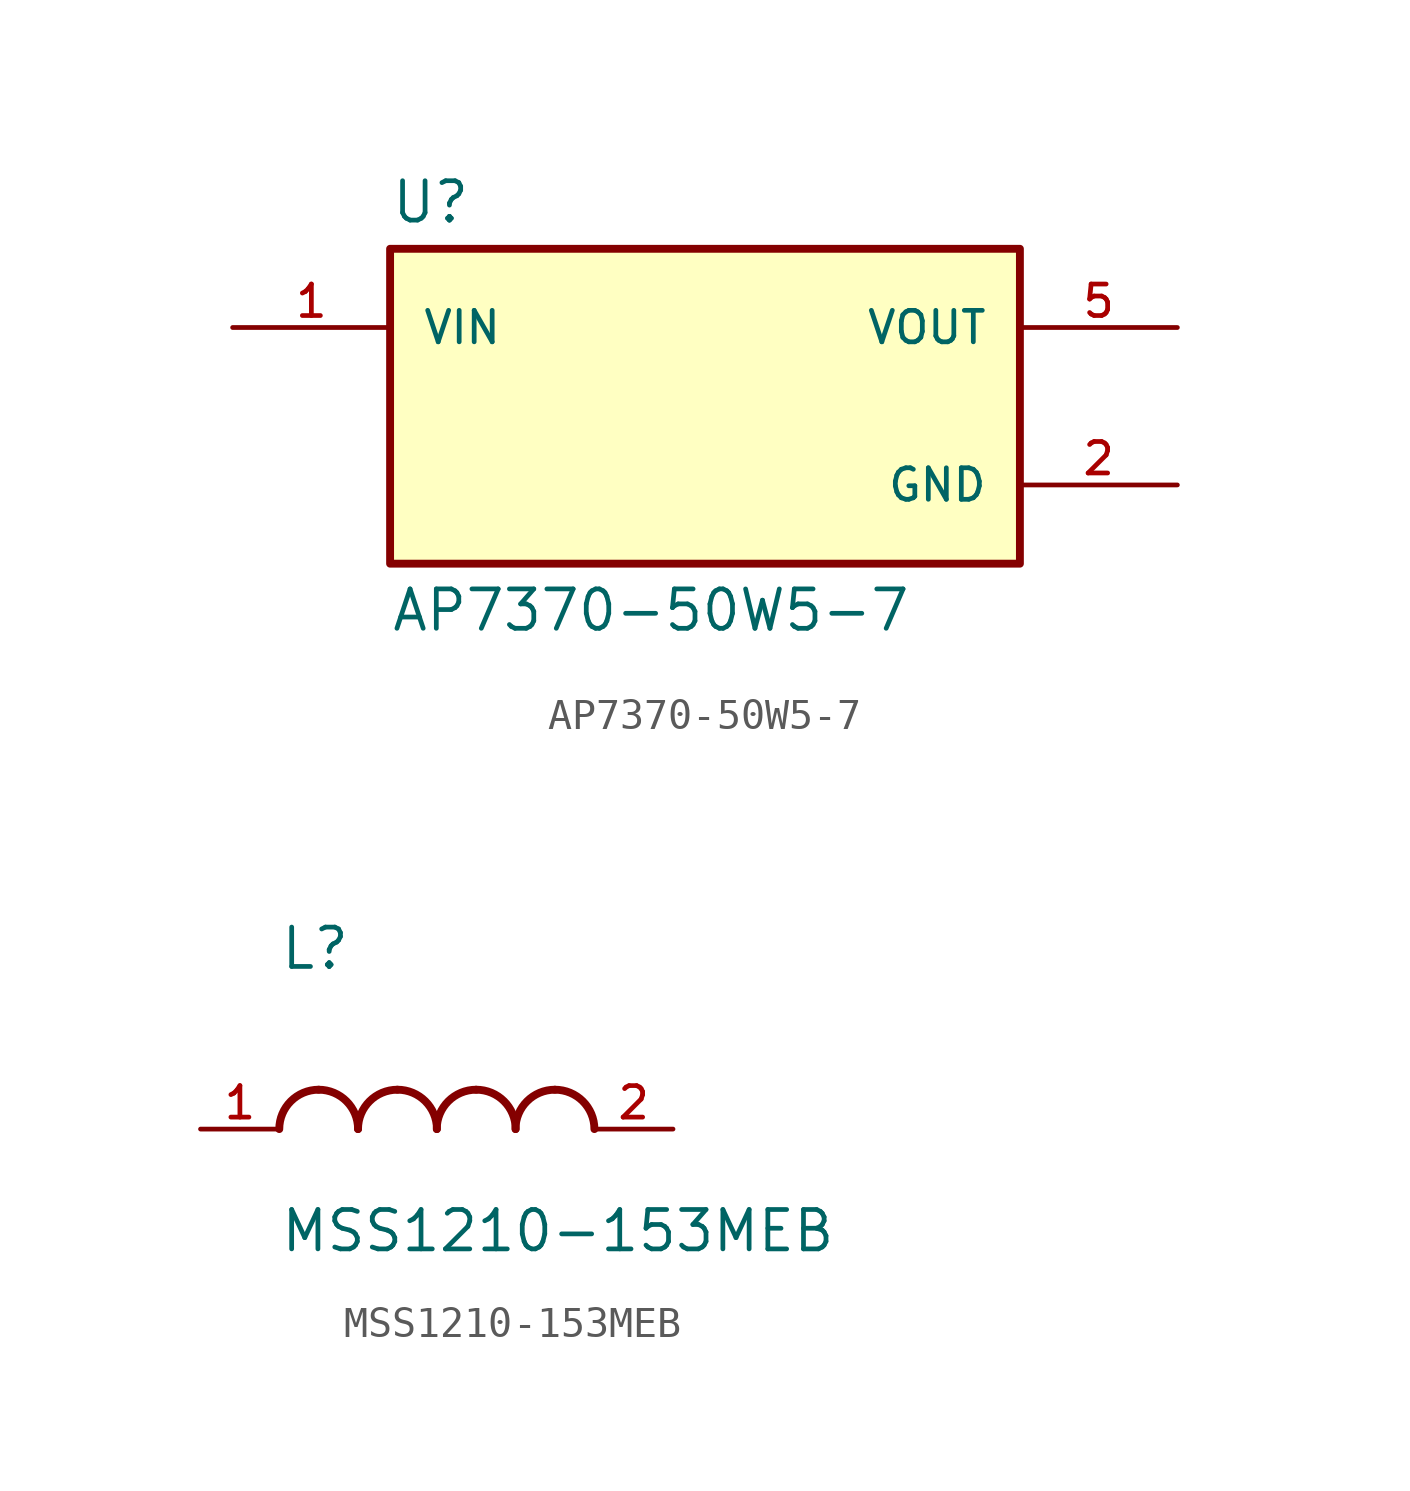
<source format=kicad_sym>
(kicad_symbol_lib
  (version 20211014)
  (generator kicad_symbol_editor)
  (symbol "AP7370-50W5-7"
    (pin_names
      (offset 1.016))
    (property "Reference" "U"
      (at -10.16 5.842 0)
      (effects (font (size 1.27 1.27)) (justify left bottom)))
    (property "Value" "AP7370-50W5-7"
      (at -10.16 -5.842 0)
      (effects (font (size 1.27 1.27)) (justify left top)))
    (symbol "AP7370-50W5-7_0_0"
      (rectangle (start -10.16 -5.08) (end 10.16 5.08) (stroke (width 0.254) (type default) (color 0 0 0 0)) (fill (type background)))
      (pin power_in line (at -15.24 2.54 0) (length 5.08) (name "VIN" (effects (font (size 1.016 1.016)))) (number "1" (effects (font (size 1.016 1.016)))))
      (pin power_in line (at 15.24 -2.54 180) (length 5.08) (name "GND" (effects (font (size 1.016 1.016)))) (number "2" (effects (font (size 1.016 1.016)))))
      (pin power_out line (at 15.24 2.54 180) (length 5.08) (name "VOUT" (effects (font (size 1.016 1.016)))) (number "5" (effects (font (size 1.016 1.016)))))))
  (symbol "MSS1210-153MEB"
    (pin_names
      (offset 1.016))
    (property "Reference" "L"
      (at -5.082 5.082 0)
      (effects (font (size 1.27 1.27)) (justify left bottom)))
    (property "Value" "MSS1210-153MEB"
      (at -5.083 -2.542 0)
      (effects (font (size 1.27 1.27)) (justify left top)))
    (symbol "MSS1210-153MEB_0_0"
      (arc (start -3.81 1.27) (mid -4.708 0.898) (end -5.08 0) (stroke (width 0.254) (type default) (color 0 0 0 0)) (fill (type none)))
      (arc (start -2.54 0) (mid -2.912 0.898) (end -3.81 1.27) (stroke (width 0.254) (type default) (color 0 0 0 0)) (fill (type none)))
      (arc (start -1.27 1.27) (mid -2.168 0.898) (end -2.54 0) (stroke (width 0.254) (type default) (color 0 0 0 0)) (fill (type none)))
      (arc (start 0 0) (mid -0.372 0.898) (end -1.27 1.27) (stroke (width 0.254) (type default) (color 0 0 0 0)) (fill (type none)))
      (arc (start 1.27 1.27) (mid 0.372 0.898) (end 0 0) (stroke (width 0.254) (type default) (color 0 0 0 0)) (fill (type none)))
      (arc (start 2.54 0) (mid 2.168 0.898) (end 1.27 1.27) (stroke (width 0.254) (type default) (color 0 0 0 0)) (fill (type none)))
      (arc (start 3.81 1.27) (mid 2.912 0.898) (end 2.54 0) (stroke (width 0.254) (type default) (color 0 0 0 0)) (fill (type none)))
      (arc (start 5.08 0) (mid 4.708 0.898) (end 3.81 1.27) (stroke (width 0.254) (type default) (color 0 0 0 0)) (fill (type none)))
      (pin passive line (at -7.62 0 0) (length 2.54) (name "~" (effects (font (size 1.016 1.016)))) (number "1" (effects (font (size 1.016 1.016)))))
      (pin passive line (at 7.62 0 180) (length 2.54) (name "~" (effects (font (size 1.016 1.016)))) (number "2" (effects (font (size 1.016 1.016))))))))
</source>
